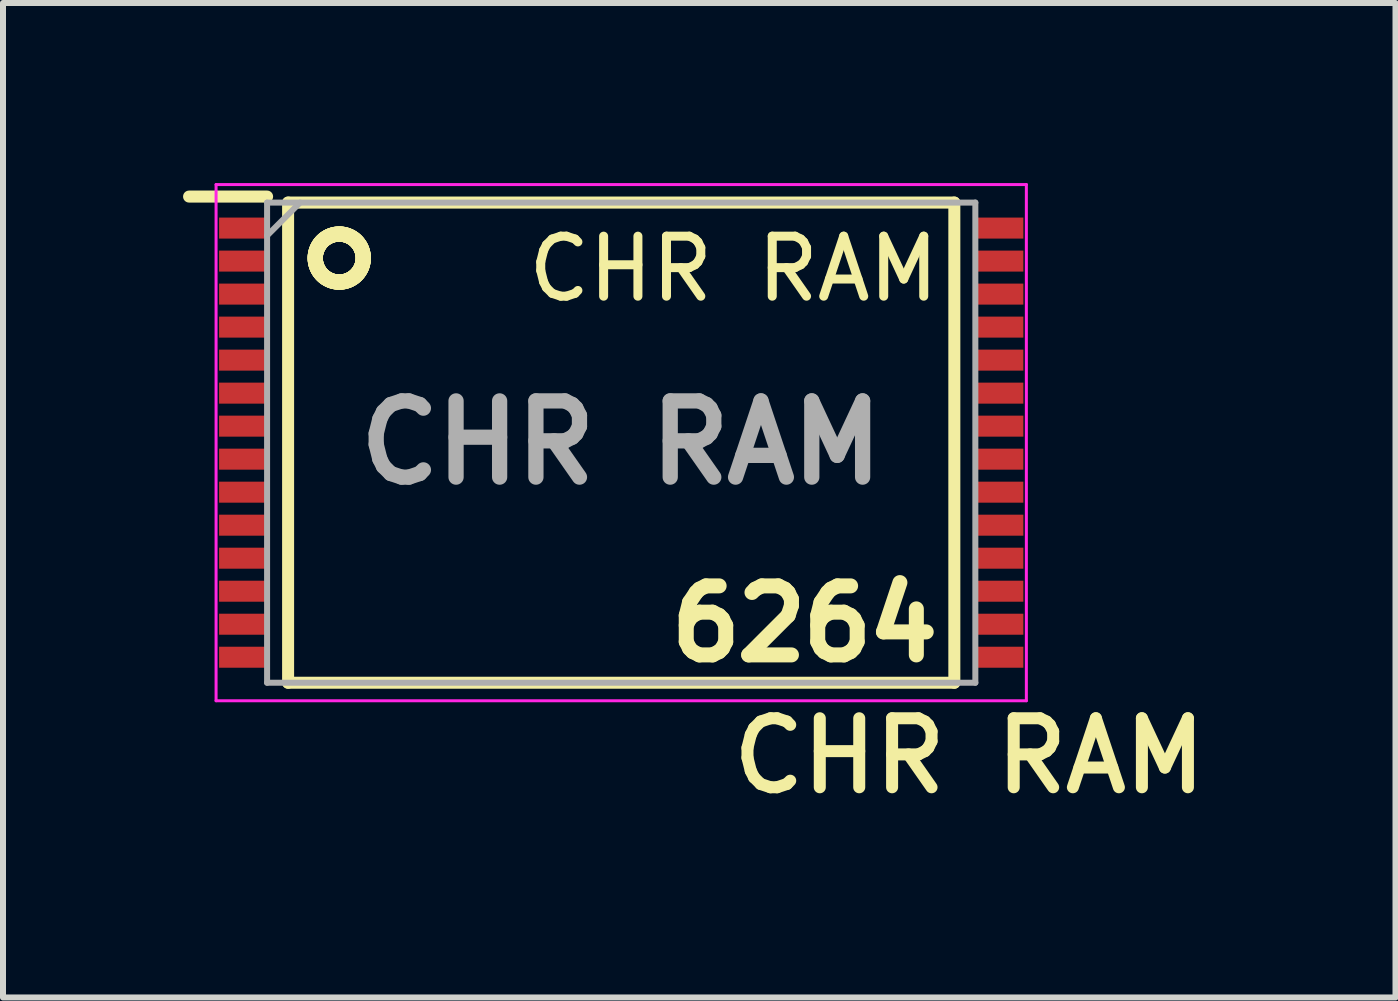
<source format=kicad_pcb>
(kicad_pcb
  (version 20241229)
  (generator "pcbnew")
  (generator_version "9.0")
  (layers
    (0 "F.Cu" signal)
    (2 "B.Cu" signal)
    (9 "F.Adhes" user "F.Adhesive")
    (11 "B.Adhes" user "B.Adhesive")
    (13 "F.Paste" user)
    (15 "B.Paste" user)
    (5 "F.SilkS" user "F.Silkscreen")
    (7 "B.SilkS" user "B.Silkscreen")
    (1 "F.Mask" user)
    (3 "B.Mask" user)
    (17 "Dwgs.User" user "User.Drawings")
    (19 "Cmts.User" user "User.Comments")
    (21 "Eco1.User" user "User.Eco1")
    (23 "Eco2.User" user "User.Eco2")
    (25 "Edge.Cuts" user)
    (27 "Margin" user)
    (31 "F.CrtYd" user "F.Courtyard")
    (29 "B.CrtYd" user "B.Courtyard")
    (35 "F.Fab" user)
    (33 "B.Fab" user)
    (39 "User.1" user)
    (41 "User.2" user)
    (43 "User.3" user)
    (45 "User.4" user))
  (footprint "CHR RAM"
    (layer "F.Cu")
    (at 7.3 4.325)
    (property "Reference" "CHR RAM" (at 5.8 5.22 0) (unlocked yes) (layer "F.SilkS") (effects (font (size 1.15 1.15) (thickness 0.2))))
    (property "Value" "CHR RAM" (at 0 0 0) (layer "F.SilkS") (hide yes) (effects (font (size 1.27 1.27) (thickness 0.254))))
    (attr smd)
    (fp_line (start -7.2 -4.1) (end -5.9 -4.1) (stroke (width 0.2) (type solid)) (layer "F.SilkS"))
    (fp_line (start -5.55 -4) (end 5.55 -4) (stroke (width 0.2) (type solid)) (layer "F.SilkS"))
    (fp_line (start -5.55 4) (end -5.55 -4) (stroke (width 0.2) (type solid)) (layer "F.SilkS"))
    (fp_line (start -5.098 -3.082) (end -5.098 -3.094) (stroke (width 0.254) (type solid)) (layer "F.SilkS"))
    (fp_line (start -5.098 -3.069) (end -5.098 -3.082) (stroke (width 0.254) (type solid)) (layer "F.SilkS"))
    (fp_line (start -5.098 -3.094) (end -5.097 -3.107) (stroke (width 0.254) (type solid)) (layer "F.SilkS"))
    (fp_line (start -5.098 -3.056) (end -5.098 -3.069) (stroke (width 0.254) (type solid)) (layer "F.SilkS"))
    (fp_line (start -5.097 -3.107) (end -5.096 -3.119) (stroke (width 0.254) (type solid)) (layer "F.SilkS"))
    (fp_line (start -5.097 -3.044) (end -5.098 -3.056) (stroke (width 0.254) (type solid)) (layer "F.SilkS"))
    (fp_line (start -5.096 -3.119) (end -5.094 -3.132) (stroke (width 0.254) (type solid)) (layer "F.SilkS"))
    (fp_line (start -5.096 -3.031) (end -5.097 -3.044) (stroke (width 0.254) (type solid)) (layer "F.SilkS"))
    (fp_line (start -5.094 -3.132) (end -5.092 -3.144) (stroke (width 0.254) (type solid)) (layer "F.SilkS"))
    (fp_line (start -5.094 -3.019) (end -5.096 -3.031) (stroke (width 0.254) (type solid)) (layer "F.SilkS"))
    (fp_line (start -5.092 -3.144) (end -5.09 -3.157) (stroke (width 0.254) (type solid)) (layer "F.SilkS"))
    (fp_line (start -5.092 -3.006) (end -5.094 -3.019) (stroke (width 0.254) (type solid)) (layer "F.SilkS"))
    (fp_line (start -5.09 -3.157) (end -5.087 -3.169) (stroke (width 0.254) (type solid)) (layer "F.SilkS"))
    (fp_line (start -5.09 -2.994) (end -5.092 -3.006) (stroke (width 0.254) (type solid)) (layer "F.SilkS"))
    (fp_line (start -5.087 -3.169) (end -5.084 -3.181) (stroke (width 0.254) (type solid)) (layer "F.SilkS"))
    (fp_line (start -5.087 -2.982) (end -5.09 -2.994) (stroke (width 0.254) (type solid)) (layer "F.SilkS"))
    (fp_line (start -5.084 -3.181) (end -5.08 -3.194) (stroke (width 0.254) (type solid)) (layer "F.SilkS"))
    (fp_line (start -5.084 -2.969) (end -5.087 -2.982) (stroke (width 0.254) (type solid)) (layer "F.SilkS"))
    (fp_line (start -5.08 -3.194) (end -5.076 -3.206) (stroke (width 0.254) (type solid)) (layer "F.SilkS"))
    (fp_line (start -5.08 -2.957) (end -5.084 -2.969) (stroke (width 0.254) (type solid)) (layer "F.SilkS"))
    (fp_line (start -5.076 -3.206) (end -5.072 -3.217) (stroke (width 0.254) (type solid)) (layer "F.SilkS"))
    (fp_line (start -5.076 -2.945) (end -5.08 -2.957) (stroke (width 0.254) (type solid)) (layer "F.SilkS"))
    (fp_line (start -5.072 -3.217) (end -5.067 -3.229) (stroke (width 0.254) (type solid)) (layer "F.SilkS"))
    (fp_line (start -5.072 -2.933) (end -5.076 -2.945) (stroke (width 0.254) (type solid)) (layer "F.SilkS"))
    (fp_line (start -5.067 -3.229) (end -5.062 -3.241) (stroke (width 0.254) (type solid)) (layer "F.SilkS"))
    (fp_line (start -5.067 -2.922) (end -5.072 -2.933) (stroke (width 0.254) (type solid)) (layer "F.SilkS"))
    (fp_line (start -5.062 -3.241) (end -5.057 -3.252) (stroke (width 0.254) (type solid)) (layer "F.SilkS"))
    (fp_line (start -5.062 -2.91) (end -5.067 -2.922) (stroke (width 0.254) (type solid)) (layer "F.SilkS"))
    (fp_line (start -5.057 -3.252) (end -5.051 -3.263) (stroke (width 0.254) (type solid)) (layer "F.SilkS"))
    (fp_line (start -5.057 -2.899) (end -5.062 -2.91) (stroke (width 0.254) (type solid)) (layer "F.SilkS"))
    (fp_line (start -5.051 -3.263) (end -5.045 -3.274) (stroke (width 0.254) (type solid)) (layer "F.SilkS"))
    (fp_line (start -5.051 -2.887) (end -5.057 -2.899) (stroke (width 0.254) (type solid)) (layer "F.SilkS"))
    (fp_line (start -5.045 -3.274) (end -5.038 -3.285) (stroke (width 0.254) (type solid)) (layer "F.SilkS"))
    (fp_line (start -5.045 -2.876) (end -5.051 -2.887) (stroke (width 0.254) (type solid)) (layer "F.SilkS"))
    (fp_line (start -5.038 -3.285) (end -5.032 -3.296) (stroke (width 0.254) (type solid)) (layer "F.SilkS"))
    (fp_line (start -5.038 -2.865) (end -5.045 -2.876) (stroke (width 0.254) (type solid)) (layer "F.SilkS"))
    (fp_line (start -5.032 -3.296) (end -5.024 -3.306) (stroke (width 0.254) (type solid)) (layer "F.SilkS"))
    (fp_line (start -5.032 -2.855) (end -5.038 -2.865) (stroke (width 0.254) (type solid)) (layer "F.SilkS"))
    (fp_line (start -5.024 -3.306) (end -5.017 -3.317) (stroke (width 0.254) (type solid)) (layer "F.SilkS"))
    (fp_line (start -5.024 -2.844) (end -5.032 -2.855) (stroke (width 0.254) (type solid)) (layer "F.SilkS"))
    (fp_line (start -5.017 -3.317) (end -5.009 -3.327) (stroke (width 0.254) (type solid)) (layer "F.SilkS"))
    (fp_line (start -5.017 -2.834) (end -5.024 -2.844) (stroke (width 0.254) (type solid)) (layer "F.SilkS"))
    (fp_line (start -5.009 -3.327) (end -5.001 -3.336) (stroke (width 0.254) (type solid)) (layer "F.SilkS"))
    (fp_line (start -5.009 -2.824) (end -5.017 -2.834) (stroke (width 0.254) (type solid)) (layer "F.SilkS"))
    (fp_line (start -5.001 -3.336) (end -4.993 -3.346) (stroke (width 0.254) (type solid)) (layer "F.SilkS"))
    (fp_line (start -5.001 -2.814) (end -5.009 -2.824) (stroke (width 0.254) (type solid)) (layer "F.SilkS"))
    (fp_line (start -4.993 -3.346) (end -4.984 -3.355) (stroke (width 0.254) (type solid)) (layer "F.SilkS"))
    (fp_line (start -4.993 -2.805) (end -5.001 -2.814) (stroke (width 0.254) (type solid)) (layer "F.SilkS"))
    (fp_line (start -4.984 -3.355) (end -4.975 -3.364) (stroke (width 0.254) (type solid)) (layer "F.SilkS"))
    (fp_line (start -4.984 -2.796) (end -4.993 -2.805) (stroke (width 0.254) (type solid)) (layer "F.SilkS"))
    (fp_line (start -4.975 -3.364) (end -4.966 -3.372) (stroke (width 0.254) (type solid)) (layer "F.SilkS"))
    (fp_line (start -4.975 -2.787) (end -4.984 -2.796) (stroke (width 0.254) (type solid)) (layer "F.SilkS"))
    (fp_line (start -4.966 -3.372) (end -4.956 -3.381) (stroke (width 0.254) (type solid)) (layer "F.SilkS"))
    (fp_line (start -4.966 -2.778) (end -4.975 -2.787) (stroke (width 0.254) (type solid)) (layer "F.SilkS"))
    (fp_line (start -4.956 -3.381) (end -4.947 -3.389) (stroke (width 0.254) (type solid)) (layer "F.SilkS"))
    (fp_line (start -4.956 -2.77) (end -4.966 -2.778) (stroke (width 0.254) (type solid)) (layer "F.SilkS"))
    (fp_line (start -4.947 -3.389) (end -4.937 -3.396) (stroke (width 0.254) (type solid)) (layer "F.SilkS"))
    (fp_line (start -4.947 -2.762) (end -4.956 -2.77) (stroke (width 0.254) (type solid)) (layer "F.SilkS"))
    (fp_line (start -4.937 -3.396) (end -4.926 -3.404) (stroke (width 0.254) (type solid)) (layer "F.SilkS"))
    (fp_line (start -4.937 -2.754) (end -4.947 -2.762) (stroke (width 0.254) (type solid)) (layer "F.SilkS"))
    (fp_line (start -4.926 -3.404) (end -4.916 -3.411) (stroke (width 0.254) (type solid)) (layer "F.SilkS"))
    (fp_line (start -4.926 -2.747) (end -4.937 -2.754) (stroke (width 0.254) (type solid)) (layer "F.SilkS"))
    (fp_line (start -4.916 -3.411) (end -4.905 -3.417) (stroke (width 0.254) (type solid)) (layer "F.SilkS"))
    (fp_line (start -4.916 -2.74) (end -4.926 -2.747) (stroke (width 0.254) (type solid)) (layer "F.SilkS"))
    (fp_line (start -4.905 -3.417) (end -4.894 -3.424) (stroke (width 0.254) (type solid)) (layer "F.SilkS"))
    (fp_line (start -4.905 -2.733) (end -4.916 -2.74) (stroke (width 0.254) (type solid)) (layer "F.SilkS"))
    (fp_line (start -4.894 -3.424) (end -4.883 -3.43) (stroke (width 0.254) (type solid)) (layer "F.SilkS"))
    (fp_line (start -4.894 -2.727) (end -4.905 -2.733) (stroke (width 0.254) (type solid)) (layer "F.SilkS"))
    (fp_line (start -4.883 -3.43) (end -4.872 -3.436) (stroke (width 0.254) (type solid)) (layer "F.SilkS"))
    (fp_line (start -4.883 -2.721) (end -4.894 -2.727) (stroke (width 0.254) (type solid)) (layer "F.SilkS"))
    (fp_line (start -4.872 -3.436) (end -4.86 -3.441) (stroke (width 0.254) (type solid)) (layer "F.SilkS"))
    (fp_line (start -4.872 -2.715) (end -4.883 -2.721) (stroke (width 0.254) (type solid)) (layer "F.SilkS"))
    (fp_line (start -4.86 -3.441) (end -4.849 -3.446) (stroke (width 0.254) (type solid)) (layer "F.SilkS"))
    (fp_line (start -4.86 -2.71) (end -4.872 -2.715) (stroke (width 0.254) (type solid)) (layer "F.SilkS"))
    (fp_line (start -4.849 -3.446) (end -4.837 -3.45) (stroke (width 0.254) (type solid)) (layer "F.SilkS"))
    (fp_line (start -4.849 -2.705) (end -4.86 -2.71) (stroke (width 0.254) (type solid)) (layer "F.SilkS"))
    (fp_line (start -4.837 -3.45) (end -4.825 -3.455) (stroke (width 0.254) (type solid)) (layer "F.SilkS"))
    (fp_line (start -4.837 -2.7) (end -4.849 -2.705) (stroke (width 0.254) (type solid)) (layer "F.SilkS"))
    (fp_line (start -4.825 -3.455) (end -4.813 -3.458) (stroke (width 0.254) (type solid)) (layer "F.SilkS"))
    (fp_line (start -4.825 -2.696) (end -4.837 -2.7) (stroke (width 0.254) (type solid)) (layer "F.SilkS"))
    (fp_line (start -4.813 -3.458) (end -4.801 -3.462) (stroke (width 0.254) (type solid)) (layer "F.SilkS"))
    (fp_line (start -4.813 -2.692) (end -4.825 -2.696) (stroke (width 0.254) (type solid)) (layer "F.SilkS"))
    (fp_line (start -4.801 -3.462) (end -4.789 -3.465) (stroke (width 0.254) (type solid)) (layer "F.SilkS"))
    (fp_line (start -4.801 -2.689) (end -4.813 -2.692) (stroke (width 0.254) (type solid)) (layer "F.SilkS"))
    (fp_line (start -4.789 -3.465) (end -4.776 -3.468) (stroke (width 0.254) (type solid)) (layer "F.SilkS"))
    (fp_line (start -4.789 -2.686) (end -4.801 -2.689) (stroke (width 0.254) (type solid)) (layer "F.SilkS"))
    (fp_line (start -4.776 -3.468) (end -4.764 -3.47) (stroke (width 0.254) (type solid)) (layer "F.SilkS"))
    (fp_line (start -4.776 -2.683) (end -4.789 -2.686) (stroke (width 0.254) (type solid)) (layer "F.SilkS"))
    (fp_line (start -4.764 -3.47) (end -4.751 -3.472) (stroke (width 0.254) (type solid)) (layer "F.SilkS"))
    (fp_line (start -4.764 -2.681) (end -4.776 -2.683) (stroke (width 0.254) (type solid)) (layer "F.SilkS"))
    (fp_line (start -4.751 -3.472) (end -4.739 -3.473) (stroke (width 0.254) (type solid)) (layer "F.SilkS"))
    (fp_line (start -4.751 -2.679) (end -4.764 -2.681) (stroke (width 0.254) (type solid)) (layer "F.SilkS"))
    (fp_line (start -4.739 -3.473) (end -4.726 -3.474) (stroke (width 0.254) (type solid)) (layer "F.SilkS"))
    (fp_line (start -4.739 -2.677) (end -4.751 -2.679) (stroke (width 0.254) (type solid)) (layer "F.SilkS"))
    (fp_line (start -4.726 -3.474) (end -4.714 -3.475) (stroke (width 0.254) (type solid)) (layer "F.SilkS"))
    (fp_line (start -4.726 -2.676) (end -4.739 -2.677) (stroke (width 0.254) (type solid)) (layer "F.SilkS"))
    (fp_line (start -4.714 -3.475) (end -4.701 -3.475) (stroke (width 0.254) (type solid)) (layer "F.SilkS"))
    (fp_line (start -4.714 -2.676) (end -4.726 -2.676) (stroke (width 0.254) (type solid)) (layer "F.SilkS"))
    (fp_line (start -4.701 -3.475) (end -4.688 -3.475) (stroke (width 0.254) (type solid)) (layer "F.SilkS"))
    (fp_line (start -4.701 -2.675) (end -4.714 -2.676) (stroke (width 0.254) (type solid)) (layer "F.SilkS"))
    (fp_line (start -4.688 -3.475) (end -4.676 -3.475) (stroke (width 0.254) (type solid)) (layer "F.SilkS"))
    (fp_line (start -4.688 -2.675) (end -4.701 -2.675) (stroke (width 0.254) (type solid)) (layer "F.SilkS"))
    (fp_line (start -4.676 -3.475) (end -4.663 -3.474) (stroke (width 0.254) (type solid)) (layer "F.SilkS"))
    (fp_line (start -4.676 -2.676) (end -4.688 -2.675) (stroke (width 0.254) (type solid)) (layer "F.SilkS"))
    (fp_line (start -4.663 -3.474) (end -4.651 -3.473) (stroke (width 0.254) (type solid)) (layer "F.SilkS"))
    (fp_line (start -4.663 -2.677) (end -4.676 -2.676) (stroke (width 0.254) (type solid)) (layer "F.SilkS"))
    (fp_line (start -4.651 -3.473) (end -4.638 -3.471) (stroke (width 0.254) (type solid)) (layer "F.SilkS"))
    (fp_line (start -4.651 -2.678) (end -4.663 -2.677) (stroke (width 0.254) (type solid)) (layer "F.SilkS"))
    (fp_line (start -4.638 -3.471) (end -4.626 -3.469) (stroke (width 0.254) (type solid)) (layer "F.SilkS"))
    (fp_line (start -4.638 -2.68) (end -4.651 -2.678) (stroke (width 0.254) (type solid)) (layer "F.SilkS"))
    (fp_line (start -4.626 -3.469) (end -4.613 -3.466) (stroke (width 0.254) (type solid)) (layer "F.SilkS"))
    (fp_line (start -4.626 -2.682) (end -4.638 -2.68) (stroke (width 0.254) (type solid)) (layer "F.SilkS"))
    (fp_line (start -4.613 -3.466) (end -4.601 -3.463) (stroke (width 0.254) (type solid)) (layer "F.SilkS"))
    (fp_line (start -4.613 -2.684) (end -4.626 -2.682) (stroke (width 0.254) (type solid)) (layer "F.SilkS"))
    (fp_line (start -4.601 -3.463) (end -4.589 -3.46) (stroke (width 0.254) (type solid)) (layer "F.SilkS"))
    (fp_line (start -4.601 -2.687) (end -4.613 -2.684) (stroke (width 0.254) (type solid)) (layer "F.SilkS"))
    (fp_line (start -4.589 -3.46) (end -4.577 -3.457) (stroke (width 0.254) (type solid)) (layer "F.SilkS"))
    (fp_line (start -4.589 -2.691) (end -4.601 -2.687) (stroke (width 0.254) (type solid)) (layer "F.SilkS"))
    (fp_line (start -4.577 -3.457) (end -4.565 -3.453) (stroke (width 0.254) (type solid)) (layer "F.SilkS"))
    (fp_line (start -4.577 -2.694) (end -4.589 -2.691) (stroke (width 0.254) (type solid)) (layer "F.SilkS"))
    (fp_line (start -4.565 -3.453) (end -4.553 -3.448) (stroke (width 0.254) (type solid)) (layer "F.SilkS"))
    (fp_line (start -4.565 -2.698) (end -4.577 -2.694) (stroke (width 0.254) (type solid)) (layer "F.SilkS"))
    (fp_line (start -4.553 -3.448) (end -4.541 -3.443) (stroke (width 0.254) (type solid)) (layer "F.SilkS"))
    (fp_line (start -4.553 -2.703) (end -4.565 -2.698) (stroke (width 0.254) (type solid)) (layer "F.SilkS"))
    (fp_line (start -4.541 -3.443) (end -4.53 -3.438) (stroke (width 0.254) (type solid)) (layer "F.SilkS"))
    (fp_line (start -4.541 -2.707) (end -4.553 -2.703) (stroke (width 0.254) (type solid)) (layer "F.SilkS"))
    (fp_line (start -4.53 -3.438) (end -4.518 -3.433) (stroke (width 0.254) (type solid)) (layer "F.SilkS"))
    (fp_line (start -4.53 -2.712) (end -4.541 -2.707) (stroke (width 0.254) (type solid)) (layer "F.SilkS"))
    (fp_line (start -4.518 -3.433) (end -4.507 -3.427) (stroke (width 0.254) (type solid)) (layer "F.SilkS"))
    (fp_line (start -4.518 -2.718) (end -4.53 -2.712) (stroke (width 0.254) (type solid)) (layer "F.SilkS"))
    (fp_line (start -4.507 -3.427) (end -4.496 -3.421) (stroke (width 0.254) (type solid)) (layer "F.SilkS"))
    (fp_line (start -4.507 -2.724) (end -4.518 -2.718) (stroke (width 0.254) (type solid)) (layer "F.SilkS"))
    (fp_line (start -4.496 -3.421) (end -4.485 -3.414) (stroke (width 0.254) (type solid)) (layer "F.SilkS"))
    (fp_line (start -4.496 -2.73) (end -4.507 -2.724) (stroke (width 0.254) (type solid)) (layer "F.SilkS"))
    (fp_line (start -4.485 -3.414) (end -4.475 -3.407) (stroke (width 0.254) (type solid)) (layer "F.SilkS"))
    (fp_line (start -4.485 -2.737) (end -4.496 -2.73) (stroke (width 0.254) (type solid)) (layer "F.SilkS"))
    (fp_line (start -4.475 -3.407) (end -4.464 -3.4) (stroke (width 0.254) (type solid)) (layer "F.SilkS"))
    (fp_line (start -4.475 -2.743) (end -4.485 -2.737) (stroke (width 0.254) (type solid)) (layer "F.SilkS"))
    (fp_line (start -4.464 -3.4) (end -4.454 -3.393) (stroke (width 0.254) (type solid)) (layer "F.SilkS"))
    (fp_line (start -4.464 -2.751) (end -4.475 -2.743) (stroke (width 0.254) (type solid)) (layer "F.SilkS"))
    (fp_line (start -4.454 -3.393) (end -4.444 -3.385) (stroke (width 0.254) (type solid)) (layer "F.SilkS"))
    (fp_line (start -4.454 -2.758) (end -4.464 -2.751) (stroke (width 0.254) (type solid)) (layer "F.SilkS"))
    (fp_line (start -4.444 -3.385) (end -4.435 -3.377) (stroke (width 0.254) (type solid)) (layer "F.SilkS"))
    (fp_line (start -4.444 -2.766) (end -4.454 -2.758) (stroke (width 0.254) (type solid)) (layer "F.SilkS"))
    (fp_line (start -4.435 -3.377) (end -4.425 -3.368) (stroke (width 0.254) (type solid)) (layer "F.SilkS"))
    (fp_line (start -4.435 -2.774) (end -4.444 -2.766) (stroke (width 0.254) (type solid)) (layer "F.SilkS"))
    (fp_line (start -4.425 -3.368) (end -4.416 -3.359) (stroke (width 0.254) (type solid)) (layer "F.SilkS"))
    (fp_line (start -4.425 -2.783) (end -4.435 -2.774) (stroke (width 0.254) (type solid)) (layer "F.SilkS"))
    (fp_line (start -4.416 -3.359) (end -4.407 -3.35) (stroke (width 0.254) (type solid)) (layer "F.SilkS"))
    (fp_line (start -4.416 -2.791) (end -4.425 -2.783) (stroke (width 0.254) (type solid)) (layer "F.SilkS"))
    (fp_line (start -4.407 -3.35) (end -4.399 -3.341) (stroke (width 0.254) (type solid)) (layer "F.SilkS"))
    (fp_line (start -4.407 -2.8) (end -4.416 -2.791) (stroke (width 0.254) (type solid)) (layer "F.SilkS"))
    (fp_line (start -4.399 -3.341) (end -4.391 -3.331) (stroke (width 0.254) (type solid)) (layer "F.SilkS"))
    (fp_line (start -4.399 -2.81) (end -4.407 -2.8) (stroke (width 0.254) (type solid)) (layer "F.SilkS"))
    (fp_line (start -4.391 -3.331) (end -4.383 -3.322) (stroke (width 0.254) (type solid)) (layer "F.SilkS"))
    (fp_line (start -4.391 -2.819) (end -4.399 -2.81) (stroke (width 0.254) (type solid)) (layer "F.SilkS"))
    (fp_line (start -4.383 -3.322) (end -4.375 -3.311) (stroke (width 0.254) (type solid)) (layer "F.SilkS"))
    (fp_line (start -4.383 -2.829) (end -4.391 -2.819) (stroke (width 0.254) (type solid)) (layer "F.SilkS"))
    (fp_line (start -4.375 -3.311) (end -4.368 -3.301) (stroke (width 0.254) (type solid)) (layer "F.SilkS"))
    (fp_line (start -4.375 -2.839) (end -4.383 -2.829) (stroke (width 0.254) (type solid)) (layer "F.SilkS"))
    (fp_line (start -4.368 -3.301) (end -4.361 -3.291) (stroke (width 0.254) (type solid)) (layer "F.SilkS"))
    (fp_line (start -4.368 -2.85) (end -4.375 -2.839) (stroke (width 0.254) (type solid)) (layer "F.SilkS"))
    (fp_line (start -4.361 -3.291) (end -4.354 -3.28) (stroke (width 0.254) (type solid)) (layer "F.SilkS"))
    (fp_line (start -4.361 -2.86) (end -4.368 -2.85) (stroke (width 0.254) (type solid)) (layer "F.SilkS"))
    (fp_line (start -4.354 -3.28) (end -4.348 -3.269) (stroke (width 0.254) (type solid)) (layer "F.SilkS"))
    (fp_line (start -4.354 -2.871) (end -4.361 -2.86) (stroke (width 0.254) (type solid)) (layer "F.SilkS"))
    (fp_line (start -4.348 -3.269) (end -4.342 -3.258) (stroke (width 0.254) (type solid)) (layer "F.SilkS"))
    (fp_line (start -4.348 -2.882) (end -4.354 -2.871) (stroke (width 0.254) (type solid)) (layer "F.SilkS"))
    (fp_line (start -4.342 -3.258) (end -4.336 -3.246) (stroke (width 0.254) (type solid)) (layer "F.SilkS"))
    (fp_line (start -4.342 -2.893) (end -4.348 -2.882) (stroke (width 0.254) (type solid)) (layer "F.SilkS"))
    (fp_line (start -4.336 -3.246) (end -4.331 -3.235) (stroke (width 0.254) (type solid)) (layer "F.SilkS"))
    (fp_line (start -4.336 -2.904) (end -4.342 -2.893) (stroke (width 0.254) (type solid)) (layer "F.SilkS"))
    (fp_line (start -4.331 -3.235) (end -4.326 -3.223) (stroke (width 0.254) (type solid)) (layer "F.SilkS"))
    (fp_line (start -4.331 -2.916) (end -4.336 -2.904) (stroke (width 0.254) (type solid)) (layer "F.SilkS"))
    (fp_line (start -4.326 -3.223) (end -4.322 -3.211) (stroke (width 0.254) (type solid)) (layer "F.SilkS"))
    (fp_line (start -4.326 -2.927) (end -4.331 -2.916) (stroke (width 0.254) (type solid)) (layer "F.SilkS"))
    (fp_line (start -4.322 -3.211) (end -4.318 -3.2) (stroke (width 0.254) (type solid)) (layer "F.SilkS"))
    (fp_line (start -4.322 -2.939) (end -4.326 -2.927) (stroke (width 0.254) (type solid)) (layer "F.SilkS"))
    (fp_line (start -4.318 -3.2) (end -4.314 -3.187) (stroke (width 0.254) (type solid)) (layer "F.SilkS"))
    (fp_line (start -4.318 -2.951) (end -4.322 -2.939) (stroke (width 0.254) (type solid)) (layer "F.SilkS"))
    (fp_line (start -4.314 -3.187) (end -4.311 -3.175) (stroke (width 0.254) (type solid)) (layer "F.SilkS"))
    (fp_line (start -4.314 -2.963) (end -4.318 -2.951) (stroke (width 0.254) (type solid)) (layer "F.SilkS"))
    (fp_line (start -4.311 -3.175) (end -4.308 -3.163) (stroke (width 0.254) (type solid)) (layer "F.SilkS"))
    (fp_line (start -4.311 -2.975) (end -4.314 -2.963) (stroke (width 0.254) (type solid)) (layer "F.SilkS"))
    (fp_line (start -4.308 -3.163) (end -4.305 -3.151) (stroke (width 0.254) (type solid)) (layer "F.SilkS"))
    (fp_line (start -4.308 -2.988) (end -4.311 -2.975) (stroke (width 0.254) (type solid)) (layer "F.SilkS"))
    (fp_line (start -4.305 -3.151) (end -4.303 -3.138) (stroke (width 0.254) (type solid)) (layer "F.SilkS"))
    (fp_line (start -4.305 -3) (end -4.308 -2.988) (stroke (width 0.254) (type solid)) (layer "F.SilkS"))
    (fp_line (start -4.303 -3.138) (end -4.301 -3.126) (stroke (width 0.254) (type solid)) (layer "F.SilkS"))
    (fp_line (start -4.303 -3.012) (end -4.305 -3) (stroke (width 0.254) (type solid)) (layer "F.SilkS"))
    (fp_line (start -4.301 -3.126) (end -4.3 -3.113) (stroke (width 0.254) (type solid)) (layer "F.SilkS"))
    (fp_line (start -4.301 -3.025) (end -4.303 -3.012) (stroke (width 0.254) (type solid)) (layer "F.SilkS"))
    (fp_line (start -4.3 -3.113) (end -4.299 -3.101) (stroke (width 0.254) (type solid)) (layer "F.SilkS"))
    (fp_line (start -4.3 -3.038) (end -4.301 -3.025) (stroke (width 0.254) (type solid)) (layer "F.SilkS"))
    (fp_line (start -4.299 -3.101) (end -4.298 -3.088) (stroke (width 0.254) (type solid)) (layer "F.SilkS"))
    (fp_line (start -4.299 -3.05) (end -4.3 -3.038) (stroke (width 0.254) (type solid)) (layer "F.SilkS"))
    (fp_line (start -4.298 -3.088) (end -4.298 -3.075) (stroke (width 0.254) (type solid)) (layer "F.SilkS"))
    (fp_line (start -4.298 -3.063) (end -4.299 -3.05) (stroke (width 0.254) (type solid)) (layer "F.SilkS"))
    (fp_line (start -4.298 -3.075) (end -4.298 -3.063) (stroke (width 0.254) (type solid)) (layer "F.SilkS"))
    (fp_line (start 5.55 -4) (end 5.55 4) (stroke (width 0.2) (type solid)) (layer "F.SilkS"))
    (fp_line (start 5.55 4) (end -5.55 4) (stroke (width 0.2) (type solid)) (layer "F.SilkS"))
    (fp_line (start -6.75 -4.3) (end 6.75 -4.3) (stroke (width 0.05) (type solid)) (layer "F.CrtYd"))
    (fp_line (start -6.75 4.3) (end -6.75 -4.3) (stroke (width 0.05) (type solid)) (layer "F.CrtYd"))
    (fp_line (start 6.75 -4.3) (end 6.75 4.3) (stroke (width 0.05) (type solid)) (layer "F.CrtYd"))
    (fp_line (start 6.75 4.3) (end -6.75 4.3) (stroke (width 0.05) (type solid)) (layer "F.CrtYd"))
    (fp_line (start -5.9 -4) (end 5.9 -4) (stroke (width 0.1) (type solid)) (layer "F.Fab"))
    (fp_line (start -5.9 -3.45) (end -5.35 -4) (stroke (width 0.1) (type solid)) (layer "F.Fab"))
    (fp_line (start -5.9 4) (end -5.9 -4) (stroke (width 0.1) (type solid)) (layer "F.Fab"))
    (fp_line (start 5.9 -4) (end 5.9 4) (stroke (width 0.1) (type solid)) (layer "F.Fab"))
    (fp_line (start 5.9 4) (end -5.9 4) (stroke (width 0.1) (type solid)) (layer "F.Fab"))
    (fp_text user "6264" (at 0.7 3.69 0) (unlocked yes) (layer "F.SilkS") (effects (font (size 1.15 1.15) (thickness 0.25) (bold yes)) (justify left bottom)))
    (fp_text user "${VALUE}" (at -1.63 -2.31 0) (unlocked yes) (layer "F.SilkS") (effects (font (size 1 1) (thickness 0.15)) (justify left bottom)))
    (fp_text user "${REFERENCE}" (at 0 0 0) (layer "F.Fab") (effects (font (size 1.27 1.27) (thickness 0.254))))
    (pad "1" smd rect (at -6.3 -3.575 90) (size 0.35 0.8) (layers "F.Cu" "F.Mask" "F.Paste"))
    (pad "2" smd rect (at -6.3 -3.025 90) (size 0.35 0.8) (layers "F.Cu" "F.Mask" "F.Paste"))
    (pad "3" smd rect (at -6.3 -2.475 90) (size 0.35 0.8) (layers "F.Cu" "F.Mask" "F.Paste"))
    (pad "4" smd rect (at -6.3 -1.925 90) (size 0.35 0.8) (layers "F.Cu" "F.Mask" "F.Paste"))
    (pad "5" smd rect (at -6.3 -1.375 90) (size 0.35 0.8) (layers "F.Cu" "F.Mask" "F.Paste"))
    (pad "6" smd rect (at -6.3 -0.825 90) (size 0.35 0.8) (layers "F.Cu" "F.Mask" "F.Paste"))
    (pad "7" smd rect (at -6.3 -0.275 90) (size 0.35 0.8) (layers "F.Cu" "F.Mask" "F.Paste"))
    (pad "8" smd rect (at -6.3 0.275 90) (size 0.35 0.8) (layers "F.Cu" "F.Mask" "F.Paste"))
    (pad "9" smd rect (at -6.3 0.825 90) (size 0.35 0.8) (layers "F.Cu" "F.Mask" "F.Paste"))
    (pad "10" smd rect (at -6.3 1.375 90) (size 0.35 0.8) (layers "F.Cu" "F.Mask" "F.Paste"))
    (pad "11" smd rect (at -6.3 1.925 90) (size 0.35 0.8) (layers "F.Cu" "F.Mask" "F.Paste"))
    (pad "12" smd rect (at -6.3 2.475 90) (size 0.35 0.8) (layers "F.Cu" "F.Mask" "F.Paste"))
    (pad "13" smd rect (at -6.3 3.025 90) (size 0.35 0.8) (layers "F.Cu" "F.Mask" "F.Paste"))
    (pad "14" smd rect (at -6.3 3.575 90) (size 0.35 0.8) (layers "F.Cu" "F.Mask" "F.Paste"))
    (pad "15" smd rect (at 6.3 3.575 90) (size 0.35 0.8) (layers "F.Cu" "F.Mask" "F.Paste"))
    (pad "16" smd rect (at 6.3 3.025 90) (size 0.35 0.8) (layers "F.Cu" "F.Mask" "F.Paste"))
    (pad "17" smd rect (at 6.3 2.475 90) (size 0.35 0.8) (layers "F.Cu" "F.Mask" "F.Paste"))
    (pad "18" smd rect (at 6.3 1.925 90) (size 0.35 0.8) (layers "F.Cu" "F.Mask" "F.Paste"))
    (pad "19" smd rect (at 6.3 1.375 90) (size 0.35 0.8) (layers "F.Cu" "F.Mask" "F.Paste"))
    (pad "20" smd rect (at 6.3 0.825 90) (size 0.35 0.8) (layers "F.Cu" "F.Mask" "F.Paste"))
    (pad "21" smd rect (at 6.3 0.275 90) (size 0.35 0.8) (layers "F.Cu" "F.Mask" "F.Paste"))
    (pad "22" smd rect (at 6.3 -0.275 90) (size 0.35 0.8) (layers "F.Cu" "F.Mask" "F.Paste"))
    (pad "23" smd rect (at 6.3 -0.825 90) (size 0.35 0.8) (layers "F.Cu" "F.Mask" "F.Paste"))
    (pad "24" smd rect (at 6.3 -1.375 90) (size 0.35 0.8) (layers "F.Cu" "F.Mask" "F.Paste"))
    (pad "25" smd rect (at 6.3 -1.925 90) (size 0.35 0.8) (layers "F.Cu" "F.Mask" "F.Paste"))
    (pad "26" smd rect (at 6.3 -2.475 90) (size 0.35 0.8) (layers "F.Cu" "F.Mask" "F.Paste"))
    (pad "27" smd rect (at 6.3 -3.025 90) (size 0.35 0.8) (layers "F.Cu" "F.Mask" "F.Paste"))
    (pad "28" smd rect (at 6.3 -3.575 90) (size 0.35 0.8) (layers "F.Cu" "F.Mask" "F.Paste")))
  (gr_rect
    (start -3 -3)
    (end 20.2 13.569)
    (stroke (width 0.1) (type default))
    (fill no)
    (layer "Edge.Cuts")))
</source>
